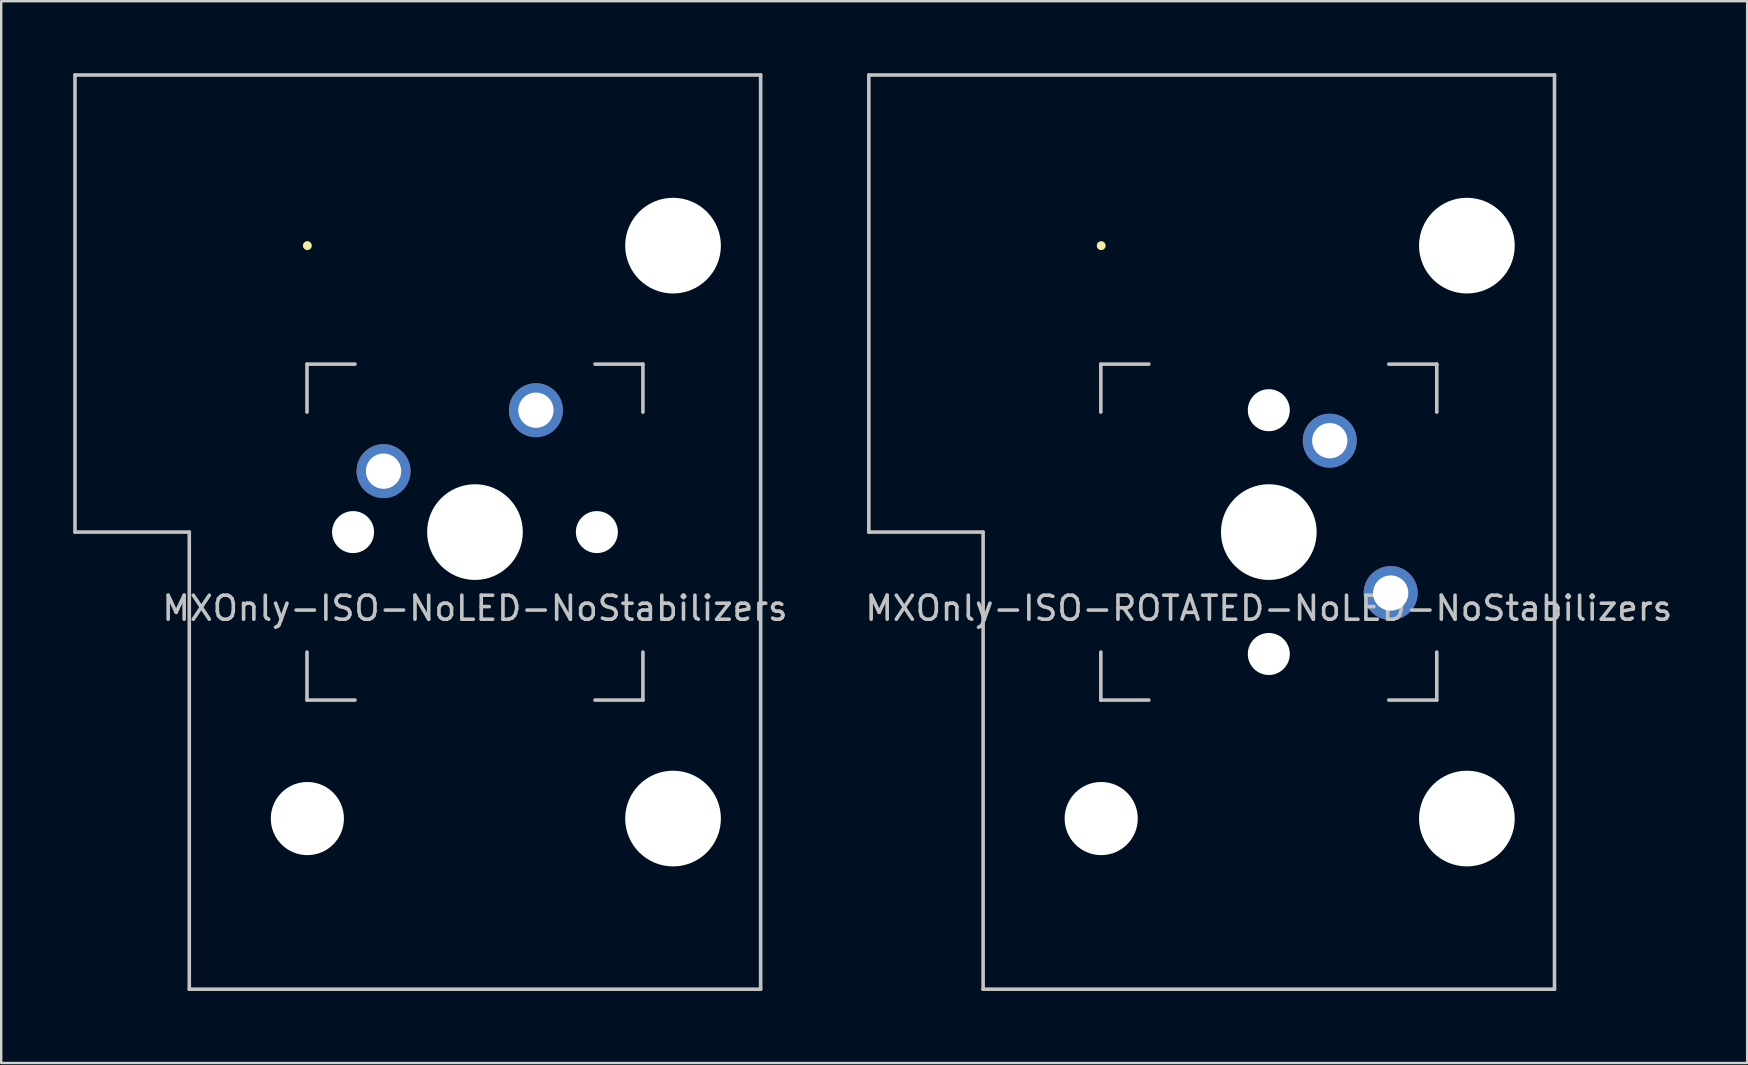
<source format=kicad_pcb>
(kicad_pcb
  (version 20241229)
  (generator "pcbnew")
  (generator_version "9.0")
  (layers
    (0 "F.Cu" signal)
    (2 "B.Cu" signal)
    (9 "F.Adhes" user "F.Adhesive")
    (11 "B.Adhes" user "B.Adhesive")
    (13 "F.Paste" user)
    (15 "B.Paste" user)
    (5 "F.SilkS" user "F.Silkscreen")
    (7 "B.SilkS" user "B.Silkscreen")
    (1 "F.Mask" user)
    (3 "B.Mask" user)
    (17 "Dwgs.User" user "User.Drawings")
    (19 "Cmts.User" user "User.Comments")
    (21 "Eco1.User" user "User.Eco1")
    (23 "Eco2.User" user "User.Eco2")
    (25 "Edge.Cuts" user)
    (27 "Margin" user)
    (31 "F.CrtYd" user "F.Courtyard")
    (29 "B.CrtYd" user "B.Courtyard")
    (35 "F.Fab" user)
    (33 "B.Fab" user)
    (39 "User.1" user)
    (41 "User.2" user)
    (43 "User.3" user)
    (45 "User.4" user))
  (footprint "MXOnly-ISO-NoLED-NoStabilizers"
    (layer "F.Cu")
    (at 16.744 19.125)
    (property "Reference" "MXOnly-ISO-NoLED-NoStabilizers" (at 0 3.175 0) (layer "Dwgs.User") (effects (font (size 1 1) (thickness 0.15))))
    (attr through_hole)
    (fp_circle (center -6.985 -11.938) (end -6.86 -11.938) (stroke (width 0.12) (type solid)) (fill yes) (layer "F.SilkS"))
    (fp_line (start -16.669 -19.05) (end -16.669 0) (stroke (width 0.15) (type solid)) (layer "Dwgs.User"))
    (fp_line (start -16.669 -19.05) (end 11.906 -19.05) (stroke (width 0.15) (type solid)) (layer "Dwgs.User"))
    (fp_line (start -11.906 0) (end -16.669 0) (stroke (width 0.15) (type solid)) (layer "Dwgs.User"))
    (fp_line (start -11.906 19.05) (end -11.906 0) (stroke (width 0.15) (type solid)) (layer "Dwgs.User"))
    (fp_line (start -11.906 19.05) (end 11.906 19.05) (stroke (width 0.15) (type solid)) (layer "Dwgs.User"))
    (fp_line (start -7 -7) (end -7 -5) (stroke (width 0.15) (type solid)) (layer "Dwgs.User"))
    (fp_line (start -7 5) (end -7 7) (stroke (width 0.15) (type solid)) (layer "Dwgs.User"))
    (fp_line (start -7 7) (end -5 7) (stroke (width 0.15) (type solid)) (layer "Dwgs.User"))
    (fp_line (start -5 -7) (end -7 -7) (stroke (width 0.15) (type solid)) (layer "Dwgs.User"))
    (fp_line (start 5 -7) (end 7 -7) (stroke (width 0.15) (type solid)) (layer "Dwgs.User"))
    (fp_line (start 5 7) (end 7 7) (stroke (width 0.15) (type solid)) (layer "Dwgs.User"))
    (fp_line (start 7 -7) (end 7 -5) (stroke (width 0.15) (type solid)) (layer "Dwgs.User"))
    (fp_line (start 7 7) (end 7 5) (stroke (width 0.15) (type solid)) (layer "Dwgs.User"))
    (fp_line (start 11.906 -19.05) (end 11.906 19.05) (stroke (width 0.15) (type solid)) (layer "Dwgs.User"))
    (pad "" np_thru_hole circle (at -6.985 11.938) (size 3.048 3.048) (drill 3.048) (layers "*.Cu" "*.Mask"))
    (pad "" np_thru_hole circle (at -5.08 0 48.1) (size 1.75 1.75) (drill 1.75) (layers "*.Cu" "*.Mask"))
    (pad "" np_thru_hole circle (at 0 0) (size 3.988 3.988) (drill 3.988) (layers "*.Cu" "*.Mask"))
    (pad "" np_thru_hole circle (at 5.08 0 48.1) (size 1.75 1.75) (drill 1.75) (layers "*.Cu" "*.Mask"))
    (pad "" np_thru_hole circle (at 8.255 -11.938) (size 3.988 3.988) (drill 3.988) (layers "*.Cu" "*.Mask"))
    (pad "" np_thru_hole circle (at 8.255 11.938) (size 3.988 3.988) (drill 3.988) (layers "*.Cu" "*.Mask"))
    (pad "1" thru_hole circle (at -3.81 -2.54) (size 2.25 2.25) (drill 1.47) (layers "*.Cu" "B.Mask"))
    (pad "2" thru_hole circle (at 2.54 -5.08) (size 2.25 2.25) (drill 1.47) (layers "*.Cu" "B.Mask")))
  (footprint "MXOnly-ISO-ROTATED-NoLED-NoStabilizers"
    (layer "F.Cu")
    (at 49.827 19.125)
    (property "Reference" "MXOnly-ISO-ROTATED-NoLED-NoStabilizers" (at 0 3.175 0) (layer "Dwgs.User") (effects (font (size 1 1) (thickness 0.15))))
    (attr through_hole)
    (fp_circle (center -6.985 -11.938) (end -6.86 -11.938) (stroke (width 0.12) (type solid)) (fill yes) (layer "F.SilkS"))
    (fp_line (start -16.669 -19.05) (end -16.669 0) (stroke (width 0.15) (type solid)) (layer "Dwgs.User"))
    (fp_line (start -16.669 -19.05) (end 11.906 -19.05) (stroke (width 0.15) (type solid)) (layer "Dwgs.User"))
    (fp_line (start -11.906 0) (end -16.669 0) (stroke (width 0.15) (type solid)) (layer "Dwgs.User"))
    (fp_line (start -11.906 19.05) (end -11.906 0) (stroke (width 0.15) (type solid)) (layer "Dwgs.User"))
    (fp_line (start -11.906 19.05) (end 11.906 19.05) (stroke (width 0.15) (type solid)) (layer "Dwgs.User"))
    (fp_line (start -7 -7) (end -7 -5) (stroke (width 0.15) (type solid)) (layer "Dwgs.User"))
    (fp_line (start -7 5) (end -7 7) (stroke (width 0.15) (type solid)) (layer "Dwgs.User"))
    (fp_line (start -7 7) (end -5 7) (stroke (width 0.15) (type solid)) (layer "Dwgs.User"))
    (fp_line (start -5 -7) (end -7 -7) (stroke (width 0.15) (type solid)) (layer "Dwgs.User"))
    (fp_line (start 5 -7) (end 7 -7) (stroke (width 0.15) (type solid)) (layer "Dwgs.User"))
    (fp_line (start 5 7) (end 7 7) (stroke (width 0.15) (type solid)) (layer "Dwgs.User"))
    (fp_line (start 7 -7) (end 7 -5) (stroke (width 0.15) (type solid)) (layer "Dwgs.User"))
    (fp_line (start 7 7) (end 7 5) (stroke (width 0.15) (type solid)) (layer "Dwgs.User"))
    (fp_line (start 11.906 -19.05) (end 11.906 19.05) (stroke (width 0.15) (type solid)) (layer "Dwgs.User"))
    (pad "" np_thru_hole circle (at -6.985 11.938) (size 3.048 3.048) (drill 3.048) (layers "*.Cu" "*.Mask"))
    (pad "" np_thru_hole circle (at 0 -5.08 48.1) (size 1.75 1.75) (drill 1.75) (layers "*.Cu" "*.Mask"))
    (pad "" np_thru_hole circle (at 0 0) (size 3.988 3.988) (drill 3.988) (layers "*.Cu" "*.Mask"))
    (pad "" np_thru_hole circle (at 0 5.08 48.1) (size 1.75 1.75) (drill 1.75) (layers "*.Cu" "*.Mask"))
    (pad "" np_thru_hole circle (at 8.255 -11.938) (size 3.988 3.988) (drill 3.988) (layers "*.Cu" "*.Mask"))
    (pad "" np_thru_hole circle (at 8.255 11.938) (size 3.988 3.988) (drill 3.988) (layers "*.Cu" "*.Mask"))
    (pad "1" thru_hole circle (at 2.54 -3.81) (size 2.25 2.25) (drill 1.47) (layers "*.Cu" "B.Mask"))
    (pad "2" thru_hole circle (at 5.08 2.54) (size 2.25 2.25) (drill 1.47) (layers "*.Cu" "B.Mask")))
  (gr_rect
    (start -3 -3)
    (end 69.762 41.25)
    (stroke (width 0.1) (type default))
    (fill no)
    (layer "Edge.Cuts")))
</source>
